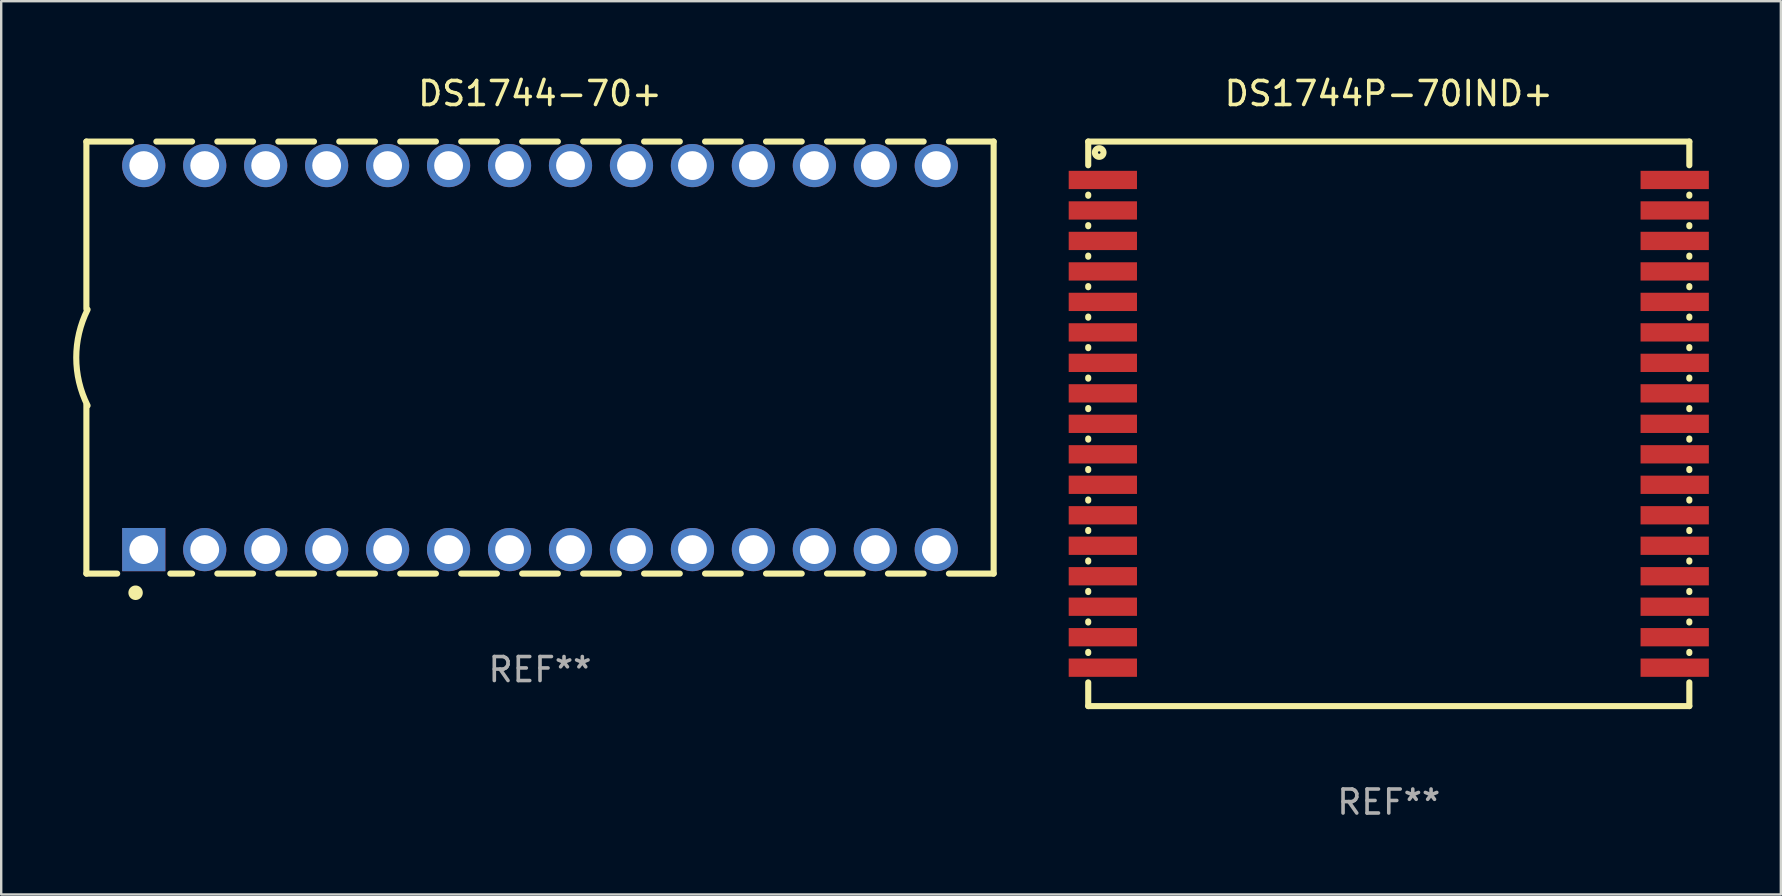
<source format=kicad_pcb>
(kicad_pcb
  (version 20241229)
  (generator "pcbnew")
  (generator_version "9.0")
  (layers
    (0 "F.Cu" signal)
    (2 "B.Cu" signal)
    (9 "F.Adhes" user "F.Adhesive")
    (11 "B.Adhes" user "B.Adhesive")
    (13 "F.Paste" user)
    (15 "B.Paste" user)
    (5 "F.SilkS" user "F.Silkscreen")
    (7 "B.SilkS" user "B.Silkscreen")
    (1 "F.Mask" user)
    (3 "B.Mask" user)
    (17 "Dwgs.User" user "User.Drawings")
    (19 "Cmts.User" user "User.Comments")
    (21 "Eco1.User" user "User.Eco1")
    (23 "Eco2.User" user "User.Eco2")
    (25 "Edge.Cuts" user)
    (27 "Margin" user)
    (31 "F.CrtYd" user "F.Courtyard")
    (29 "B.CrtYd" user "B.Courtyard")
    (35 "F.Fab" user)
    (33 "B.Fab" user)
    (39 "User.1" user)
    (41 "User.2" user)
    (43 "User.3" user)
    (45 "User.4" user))
  (footprint "DS1744-70+"
    (layer "F.Cu")
    (at 19.449 11.848)
    (property "Reference" "DS1744-70+" (at 0 -11 0) (layer "F.SilkS") (effects (font (size 1 1) (thickness 0.15))))
    (attr through_hole)
    (fp_line (start -18.9 -9) (end -18.9 -2.026) (stroke (width 0.254) (type solid)) (layer "F.SilkS"))
    (fp_line (start -18.9 -9) (end -17.036 -9) (stroke (width 0.254) (type solid)) (layer "F.SilkS"))
    (fp_line (start -18.9 1.974) (end -18.9 9) (stroke (width 0.254) (type solid)) (layer "F.SilkS"))
    (fp_line (start -18.9 9) (end -17.617 9) (stroke (width 0.254) (type solid)) (layer "F.SilkS"))
    (fp_line (start -15.984 -9) (end -14.496 -9) (stroke (width 0.254) (type solid)) (layer "F.SilkS"))
    (fp_line (start -15.403 9) (end -14.496 9) (stroke (width 0.254) (type solid)) (layer "F.SilkS"))
    (fp_line (start -13.444 -9) (end -11.956 -9) (stroke (width 0.254) (type solid)) (layer "F.SilkS"))
    (fp_line (start -13.444 9) (end -11.956 9) (stroke (width 0.254) (type solid)) (layer "F.SilkS"))
    (fp_line (start -10.904 -9) (end -9.416 -9) (stroke (width 0.254) (type solid)) (layer "F.SilkS"))
    (fp_line (start -10.904 9) (end -9.416 9) (stroke (width 0.254) (type solid)) (layer "F.SilkS"))
    (fp_line (start -8.364 -9) (end -6.876 -9) (stroke (width 0.254) (type solid)) (layer "F.SilkS"))
    (fp_line (start -8.364 9) (end -6.876 9) (stroke (width 0.254) (type solid)) (layer "F.SilkS"))
    (fp_line (start -5.824 -9) (end -4.336 -9) (stroke (width 0.254) (type solid)) (layer "F.SilkS"))
    (fp_line (start -5.824 9) (end -4.336 9) (stroke (width 0.254) (type solid)) (layer "F.SilkS"))
    (fp_line (start -3.284 -9) (end -1.796 -9) (stroke (width 0.254) (type solid)) (layer "F.SilkS"))
    (fp_line (start -3.284 9) (end -1.796 9) (stroke (width 0.254) (type solid)) (layer "F.SilkS"))
    (fp_line (start -0.744 -9) (end 0.744 -9) (stroke (width 0.254) (type solid)) (layer "F.SilkS"))
    (fp_line (start -0.744 9) (end 0.744 9) (stroke (width 0.254) (type solid)) (layer "F.SilkS"))
    (fp_line (start 1.796 -9) (end 3.284 -9) (stroke (width 0.254) (type solid)) (layer "F.SilkS"))
    (fp_line (start 1.796 9) (end 3.284 9) (stroke (width 0.254) (type solid)) (layer "F.SilkS"))
    (fp_line (start 4.336 -9) (end 5.824 -9) (stroke (width 0.254) (type solid)) (layer "F.SilkS"))
    (fp_line (start 4.336 9) (end 5.824 9) (stroke (width 0.254) (type solid)) (layer "F.SilkS"))
    (fp_line (start 6.876 -9) (end 8.364 -9) (stroke (width 0.254) (type solid)) (layer "F.SilkS"))
    (fp_line (start 6.876 9) (end 8.364 9) (stroke (width 0.254) (type solid)) (layer "F.SilkS"))
    (fp_line (start 9.416 -9) (end 10.904 -9) (stroke (width 0.254) (type solid)) (layer "F.SilkS"))
    (fp_line (start 9.416 9) (end 10.904 9) (stroke (width 0.254) (type solid)) (layer "F.SilkS"))
    (fp_line (start 11.956 -9) (end 13.444 -9) (stroke (width 0.254) (type solid)) (layer "F.SilkS"))
    (fp_line (start 11.956 9) (end 13.444 9) (stroke (width 0.254) (type solid)) (layer "F.SilkS"))
    (fp_line (start 14.496 -9) (end 15.984 -9) (stroke (width 0.254) (type solid)) (layer "F.SilkS"))
    (fp_line (start 14.496 9) (end 15.984 9) (stroke (width 0.254) (type solid)) (layer "F.SilkS"))
    (fp_line (start 17.036 -9) (end 18.9 -9) (stroke (width 0.254) (type solid)) (layer "F.SilkS"))
    (fp_line (start 17.036 9) (end 18.9 9) (stroke (width 0.254) (type solid)) (layer "F.SilkS"))
    (fp_line (start 18.9 9) (end 18.9 -9) (stroke (width 0.254) (type solid)) (layer "F.SilkS"))
    (fp_arc (start -18.849987 2) (mid -19.322123 0) (end -18.849987 -2) (stroke (width 0.254001) (type solid)) (layer "F.SilkS"))
    (fp_arc (start -16.849987 9.8) (mid -16.849998 9.797473) (end -16.849987 9.794945) (stroke (width 0.6) (type solid)) (layer "F.SilkS"))
    (fp_text user "REF**" (at 0 13 0) (layer "F.Fab") (effects (font (size 1 1) (thickness 0.15))))
    (pad "1" thru_hole rect (at -16.51 8) (size 1.8 1.8) (drill 1.2) (layers "*.Cu" "*.Mask"))
    (pad "2" thru_hole circle (at -13.97 8) (size 1.8 1.8) (drill 1.2) (layers "*.Cu" "*.Mask"))
    (pad "3" thru_hole circle (at -11.43 8) (size 1.8 1.8) (drill 1.2) (layers "*.Cu" "*.Mask"))
    (pad "4" thru_hole circle (at -8.89 8) (size 1.8 1.8) (drill 1.2) (layers "*.Cu" "*.Mask"))
    (pad "5" thru_hole circle (at -6.35 8) (size 1.8 1.8) (drill 1.2) (layers "*.Cu" "*.Mask"))
    (pad "6" thru_hole circle (at -3.81 8) (size 1.8 1.8) (drill 1.2) (layers "*.Cu" "*.Mask"))
    (pad "7" thru_hole circle (at -1.27 8) (size 1.8 1.8) (drill 1.2) (layers "*.Cu" "*.Mask"))
    (pad "8" thru_hole circle (at 1.27 8) (size 1.8 1.8) (drill 1.2) (layers "*.Cu" "*.Mask"))
    (pad "9" thru_hole circle (at 3.81 8) (size 1.8 1.8) (drill 1.2) (layers "*.Cu" "*.Mask"))
    (pad "10" thru_hole circle (at 6.35 8) (size 1.8 1.8) (drill 1.2) (layers "*.Cu" "*.Mask"))
    (pad "11" thru_hole circle (at 8.89 8) (size 1.8 1.8) (drill 1.2) (layers "*.Cu" "*.Mask"))
    (pad "12" thru_hole circle (at 11.43 8) (size 1.8 1.8) (drill 1.2) (layers "*.Cu" "*.Mask"))
    (pad "13" thru_hole circle (at 13.97 8) (size 1.8 1.8) (drill 1.2) (layers "*.Cu" "*.Mask"))
    (pad "14" thru_hole circle (at 16.51 8) (size 1.8 1.8) (drill 1.2) (layers "*.Cu" "*.Mask"))
    (pad "15" thru_hole circle (at 16.51 -8) (size 1.8 1.8) (drill 1.2) (layers "*.Cu" "*.Mask"))
    (pad "16" thru_hole circle (at 13.97 -8) (size 1.8 1.8) (drill 1.2) (layers "*.Cu" "*.Mask"))
    (pad "17" thru_hole circle (at 11.43 -8) (size 1.8 1.8) (drill 1.2) (layers "*.Cu" "*.Mask"))
    (pad "18" thru_hole circle (at 8.89 -8) (size 1.8 1.8) (drill 1.2) (layers "*.Cu" "*.Mask"))
    (pad "19" thru_hole circle (at 6.35 -8) (size 1.8 1.8) (drill 1.2) (layers "*.Cu" "*.Mask"))
    (pad "20" thru_hole circle (at 3.81 -8) (size 1.8 1.8) (drill 1.2) (layers "*.Cu" "*.Mask"))
    (pad "21" thru_hole circle (at 1.27 -8) (size 1.8 1.8) (drill 1.2) (layers "*.Cu" "*.Mask"))
    (pad "22" thru_hole circle (at -1.27 -8) (size 1.8 1.8) (drill 1.2) (layers "*.Cu" "*.Mask"))
    (pad "23" thru_hole circle (at -3.81 -8) (size 1.8 1.8) (drill 1.2) (layers "*.Cu" "*.Mask"))
    (pad "24" thru_hole circle (at -6.35 -8) (size 1.8 1.8) (drill 1.2) (layers "*.Cu" "*.Mask"))
    (pad "25" thru_hole circle (at -8.89 -8) (size 1.8 1.8) (drill 1.2) (layers "*.Cu" "*.Mask"))
    (pad "26" thru_hole circle (at -11.43 -8) (size 1.8 1.8) (drill 1.2) (layers "*.Cu" "*.Mask"))
    (pad "27" thru_hole circle (at -13.97 -8) (size 1.8 1.8) (drill 1.2) (layers "*.Cu" "*.Mask"))
    (pad "28" thru_hole circle (at -16.51 -8) (size 1.8 1.8) (drill 1.2) (layers "*.Cu" "*.Mask")))
  (footprint "DS1744P-70IND+"
    (layer "F.Cu")
    (at 54.811 14.608)
    (property "Reference" "DS1744P-70IND+" (at 0 -13.76 0) (layer "F.SilkS") (effects (font (size 1 1) (thickness 0.15))))
    (attr through_hole)
    (fp_line (start -12.522 -11.76) (end -12.522 -10.772) (stroke (width 0.254) (type solid)) (layer "F.SilkS"))
    (fp_line (start -12.522 -11.76) (end 12.522 -11.76) (stroke (width 0.254) (type solid)) (layer "F.SilkS"))
    (fp_line (start -12.522 -9.548) (end -12.522 -9.502) (stroke (width 0.254) (type solid)) (layer "F.SilkS"))
    (fp_line (start -12.522 -8.278) (end -12.522 -8.232) (stroke (width 0.254) (type solid)) (layer "F.SilkS"))
    (fp_line (start -12.522 -7.008) (end -12.522 -6.962) (stroke (width 0.254) (type solid)) (layer "F.SilkS"))
    (fp_line (start -12.522 -5.738) (end -12.522 -5.692) (stroke (width 0.254) (type solid)) (layer "F.SilkS"))
    (fp_line (start -12.522 -4.468) (end -12.522 -4.422) (stroke (width 0.254) (type solid)) (layer "F.SilkS"))
    (fp_line (start -12.522 -3.198) (end -12.522 -3.152) (stroke (width 0.254) (type solid)) (layer "F.SilkS"))
    (fp_line (start -12.522 -1.928) (end -12.522 -1.882) (stroke (width 0.254) (type solid)) (layer "F.SilkS"))
    (fp_line (start -12.522 -0.658) (end -12.522 -0.612) (stroke (width 0.254) (type solid)) (layer "F.SilkS"))
    (fp_line (start -12.522 0.612) (end -12.522 0.658) (stroke (width 0.254) (type solid)) (layer "F.SilkS"))
    (fp_line (start -12.522 1.882) (end -12.522 1.928) (stroke (width 0.254) (type solid)) (layer "F.SilkS"))
    (fp_line (start -12.522 3.152) (end -12.522 3.198) (stroke (width 0.254) (type solid)) (layer "F.SilkS"))
    (fp_line (start -12.522 4.422) (end -12.522 4.468) (stroke (width 0.254) (type solid)) (layer "F.SilkS"))
    (fp_line (start -12.522 5.692) (end -12.522 5.738) (stroke (width 0.254) (type solid)) (layer "F.SilkS"))
    (fp_line (start -12.522 6.962) (end -12.522 7.008) (stroke (width 0.254) (type solid)) (layer "F.SilkS"))
    (fp_line (start -12.522 8.232) (end -12.522 8.278) (stroke (width 0.254) (type solid)) (layer "F.SilkS"))
    (fp_line (start -12.522 9.502) (end -12.522 9.548) (stroke (width 0.254) (type solid)) (layer "F.SilkS"))
    (fp_line (start -12.522 10.772) (end -12.522 11.76) (stroke (width 0.254) (type solid)) (layer "F.SilkS"))
    (fp_line (start -12.522 11.76) (end 12.522 11.76) (stroke (width 0.254) (type solid)) (layer "F.SilkS"))
    (fp_line (start 12.522 -11.76) (end 12.522 -10.772) (stroke (width 0.254) (type solid)) (layer "F.SilkS"))
    (fp_line (start 12.522 -9.548) (end 12.522 -9.502) (stroke (width 0.254) (type solid)) (layer "F.SilkS"))
    (fp_line (start 12.522 -8.278) (end 12.522 -8.232) (stroke (width 0.254) (type solid)) (layer "F.SilkS"))
    (fp_line (start 12.522 -7.008) (end 12.522 -6.962) (stroke (width 0.254) (type solid)) (layer "F.SilkS"))
    (fp_line (start 12.522 -5.738) (end 12.522 -5.692) (stroke (width 0.254) (type solid)) (layer "F.SilkS"))
    (fp_line (start 12.522 -4.468) (end 12.522 -4.422) (stroke (width 0.254) (type solid)) (layer "F.SilkS"))
    (fp_line (start 12.522 -3.198) (end 12.522 -3.152) (stroke (width 0.254) (type solid)) (layer "F.SilkS"))
    (fp_line (start 12.522 -1.928) (end 12.522 -1.882) (stroke (width 0.254) (type solid)) (layer "F.SilkS"))
    (fp_line (start 12.522 -0.658) (end 12.522 -0.612) (stroke (width 0.254) (type solid)) (layer "F.SilkS"))
    (fp_line (start 12.522 0.612) (end 12.522 0.658) (stroke (width 0.254) (type solid)) (layer "F.SilkS"))
    (fp_line (start 12.522 1.882) (end 12.522 1.928) (stroke (width 0.254) (type solid)) (layer "F.SilkS"))
    (fp_line (start 12.522 3.152) (end 12.522 3.198) (stroke (width 0.254) (type solid)) (layer "F.SilkS"))
    (fp_line (start 12.522 4.422) (end 12.522 4.468) (stroke (width 0.254) (type solid)) (layer "F.SilkS"))
    (fp_line (start 12.522 5.692) (end 12.522 5.738) (stroke (width 0.254) (type solid)) (layer "F.SilkS"))
    (fp_line (start 12.522 6.962) (end 12.522 7.008) (stroke (width 0.254) (type solid)) (layer "F.SilkS"))
    (fp_line (start 12.522 8.232) (end 12.522 8.278) (stroke (width 0.254) (type solid)) (layer "F.SilkS"))
    (fp_line (start 12.522 9.502) (end 12.522 9.548) (stroke (width 0.254) (type solid)) (layer "F.SilkS"))
    (fp_line (start 12.522 10.772) (end 12.522 11.76) (stroke (width 0.254) (type solid)) (layer "F.SilkS"))
    (fp_circle (center -12.065 -11.303) (end -11.885 -11.303) (stroke (width 0.254) (type solid)) (fill no) (layer "F.SilkS"))
    (fp_text user "REF**" (at 0 15.76 0) (layer "F.Fab") (effects (font (size 1 1) (thickness 0.15))))
    (pad "1" smd rect (at -11.913 -10.16) (size 2.845 0.762) (layers "F.Cu" "F.Mask" "F.Paste"))
    (pad "2" smd rect (at -11.913 -8.89) (size 2.845 0.762) (layers "F.Cu" "F.Mask" "F.Paste"))
    (pad "3" smd rect (at -11.913 -7.62) (size 2.845 0.762) (layers "F.Cu" "F.Mask" "F.Paste"))
    (pad "4" smd rect (at -11.913 -6.35) (size 2.845 0.762) (layers "F.Cu" "F.Mask" "F.Paste"))
    (pad "5" smd rect (at -11.913 -5.08) (size 2.845 0.762) (layers "F.Cu" "F.Mask" "F.Paste"))
    (pad "6" smd rect (at -11.913 -3.81) (size 2.845 0.762) (layers "F.Cu" "F.Mask" "F.Paste"))
    (pad "7" smd rect (at -11.913 -2.54) (size 2.845 0.762) (layers "F.Cu" "F.Mask" "F.Paste"))
    (pad "8" smd rect (at -11.913 -1.27) (size 2.845 0.762) (layers "F.Cu" "F.Mask" "F.Paste"))
    (pad "9" smd rect (at -11.913 0) (size 2.845 0.762) (layers "F.Cu" "F.Mask" "F.Paste"))
    (pad "10" smd rect (at -11.913 1.27) (size 2.845 0.762) (layers "F.Cu" "F.Mask" "F.Paste"))
    (pad "11" smd rect (at -11.913 2.54) (size 2.845 0.762) (layers "F.Cu" "F.Mask" "F.Paste"))
    (pad "12" smd rect (at -11.913 3.81) (size 2.845 0.762) (layers "F.Cu" "F.Mask" "F.Paste"))
    (pad "13" smd rect (at -11.913 5.08) (size 2.845 0.762) (layers "F.Cu" "F.Mask" "F.Paste"))
    (pad "14" smd rect (at -11.913 6.35) (size 2.845 0.762) (layers "F.Cu" "F.Mask" "F.Paste"))
    (pad "15" smd rect (at -11.913 7.62) (size 2.845 0.762) (layers "F.Cu" "F.Mask" "F.Paste"))
    (pad "16" smd rect (at -11.913 8.89) (size 2.845 0.762) (layers "F.Cu" "F.Mask" "F.Paste"))
    (pad "17" smd rect (at -11.913 10.16) (size 2.845 0.762) (layers "F.Cu" "F.Mask" "F.Paste"))
    (pad "18" smd rect (at 11.913 10.16) (size 2.845 0.762) (layers "F.Cu" "F.Mask" "F.Paste"))
    (pad "19" smd rect (at 11.913 8.89) (size 2.845 0.762) (layers "F.Cu" "F.Mask" "F.Paste"))
    (pad "20" smd rect (at 11.913 7.62) (size 2.845 0.762) (layers "F.Cu" "F.Mask" "F.Paste"))
    (pad "21" smd rect (at 11.913 6.35) (size 2.845 0.762) (layers "F.Cu" "F.Mask" "F.Paste"))
    (pad "22" smd rect (at 11.913 5.08) (size 2.845 0.762) (layers "F.Cu" "F.Mask" "F.Paste"))
    (pad "23" smd rect (at 11.913 3.81) (size 2.845 0.762) (layers "F.Cu" "F.Mask" "F.Paste"))
    (pad "24" smd rect (at 11.913 2.54) (size 2.845 0.762) (layers "F.Cu" "F.Mask" "F.Paste"))
    (pad "25" smd rect (at 11.913 1.27) (size 2.845 0.762) (layers "F.Cu" "F.Mask" "F.Paste"))
    (pad "26" smd rect (at 11.913 0) (size 2.845 0.762) (layers "F.Cu" "F.Mask" "F.Paste"))
    (pad "27" smd rect (at 11.913 -1.27) (size 2.845 0.762) (layers "F.Cu" "F.Mask" "F.Paste"))
    (pad "28" smd rect (at 11.913 -2.54) (size 2.845 0.762) (layers "F.Cu" "F.Mask" "F.Paste"))
    (pad "29" smd rect (at 11.913 -3.81) (size 2.845 0.762) (layers "F.Cu" "F.Mask" "F.Paste"))
    (pad "30" smd rect (at 11.913 -5.08) (size 2.845 0.762) (layers "F.Cu" "F.Mask" "F.Paste"))
    (pad "31" smd rect (at 11.913 -6.35) (size 2.845 0.762) (layers "F.Cu" "F.Mask" "F.Paste"))
    (pad "32" smd rect (at 11.913 -7.62) (size 2.845 0.762) (layers "F.Cu" "F.Mask" "F.Paste"))
    (pad "33" smd rect (at 11.913 -8.89) (size 2.845 0.762) (layers "F.Cu" "F.Mask" "F.Paste"))
    (pad "34" smd rect (at 11.913 -10.16) (size 2.845 0.762) (layers "F.Cu" "F.Mask" "F.Paste")))
  (gr_rect
    (start -3 -3)
    (end 71.146 34.217)
    (stroke (width 0.1) (type default))
    (fill no)
    (layer "Edge.Cuts")))
</source>
